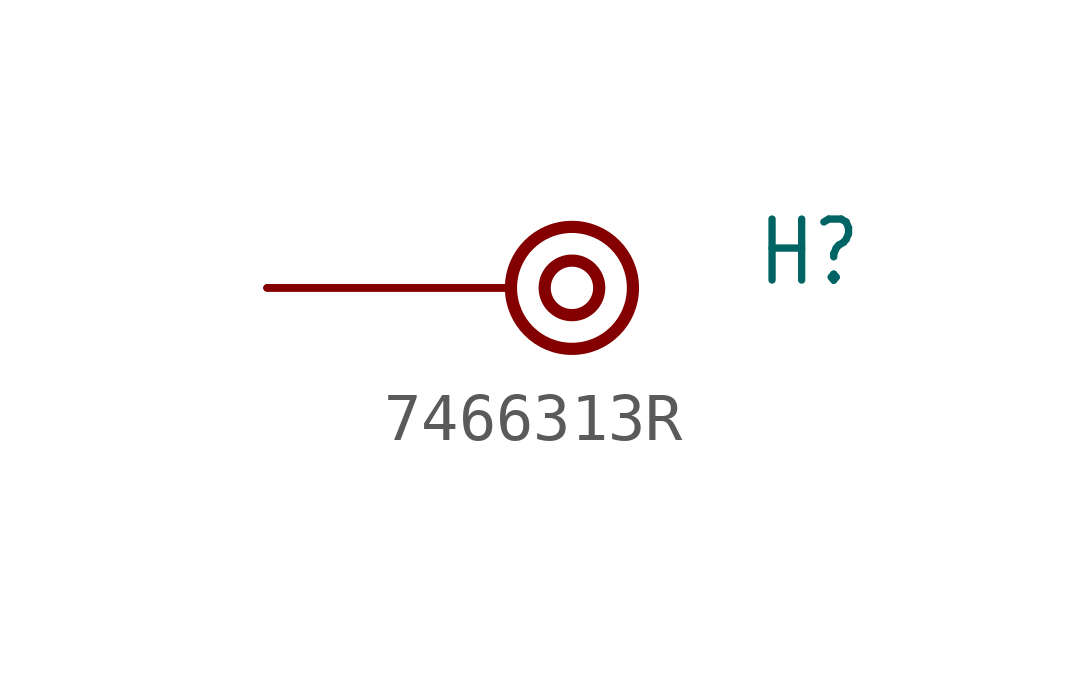
<source format=kicad_sym>
(kicad_symbol_lib
  (version 20231120)
  (generator "kicad_symbol_editor")
  (generator_version "8.0")
  (symbol "7466313R"
    (property "Reference" "H"
      (at 5.08 0 0)
      (effects (font (size 1.27 1.079)) (justify left bottom)))
    (property "Value" ""
      (at 5.08 -1.524 0)
      (effects (font (size 1.27 1.079)) (justify left bottom)))
    (property "ki_locked" ""
      (at 0 0 0)
      (effects (font (size 1.27 1.27))))
    (symbol "7466313R_1_0"
      (circle (center 1.27 0) (radius 0.568) (stroke (width 0.254) (type solid)) (fill (type none)))
      (circle (center 1.27 0) (radius 1.27) (stroke (width 0.254) (type solid)) (fill (type none)))
      (pin bidirectional line (at -5.08 0 0) (length 5.08) (name "P$1" (effects (font (size 0 0)))) (number "H1" (effects (font (size 0 0)))))
      (pin bidirectional line (at -5.08 0 0) (length 5.08) (name "P$1" (effects (font (size 0 0)))) (number "H2" (effects (font (size 0 0)))))
      (pin bidirectional line (at -5.08 0 0) (length 5.08) (name "P$1" (effects (font (size 0 0)))) (number "P" (effects (font (size 0 0))))))))
</source>
